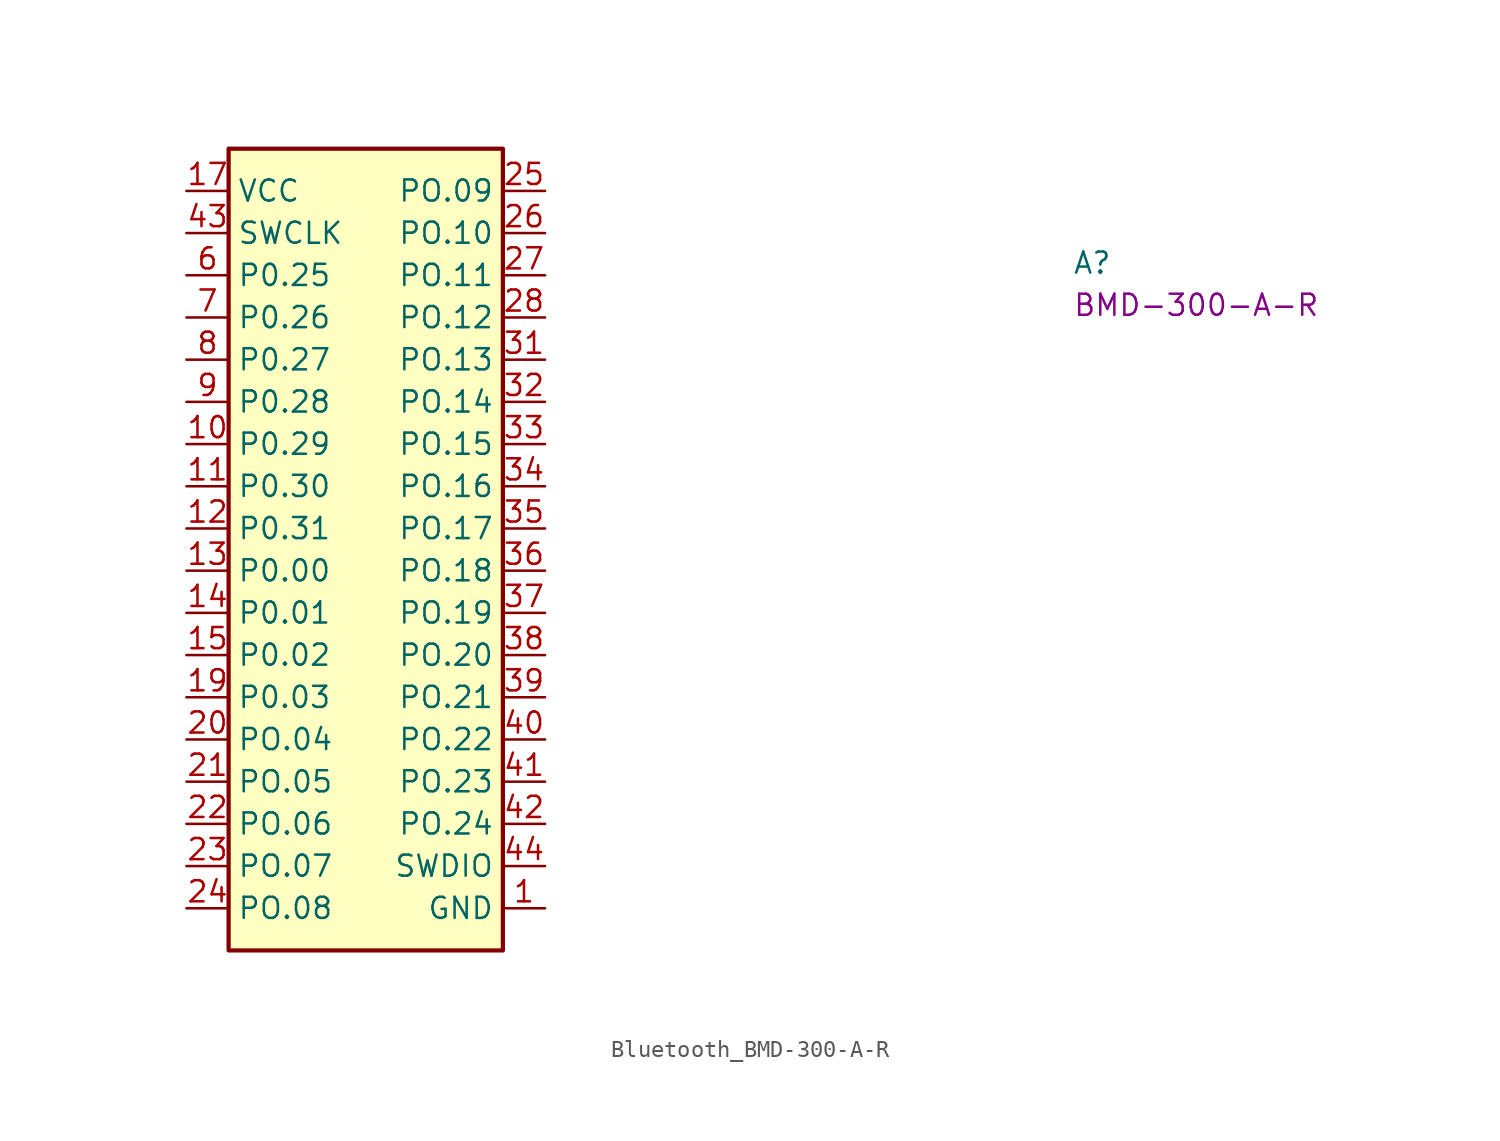
<source format=kicad_sym>
(kicad_symbol_lib
  (version 20220914)
  (generator kicad_symbol_editor)
  (symbol "Bluetooth_BMD-300-A-R"
    (property "Reference" "A"
      (at 53.34 -5.08 0)
      (effects (font (size 1.27 1.27) (thickness 0.15)) (justify left bottom)))
    (property "MPN" "BMD-300-A-R"
      (at 53.34 -7.62 0)
      (effects (font (size 1.27 1.27) (thickness 0.15)) (justify left bottom)))
    (symbol "Bluetooth_BMD-300-A-R_1_1"
      (rectangle (start 2.54 2.54) (end 19.05 -45.72) (stroke (width 0.254) (type default)) (fill (type background)))
      (pin power_in line (at 21.59 -43.18 180) (length 2.54) (name "GND" (effects (font (size 1.27 1.27)))) (number "1" (effects (font (size 1.27 1.27)))))
      (pin bidirectional line (at 0 -15.24 0) (length 2.54) (name "P0.29" (effects (font (size 1.27 1.27)))) (number "10" (effects (font (size 1.27 1.27)))))
      (pin bidirectional line (at 0 -17.78 0) (length 2.54) (name "P0.30" (effects (font (size 1.27 1.27)))) (number "11" (effects (font (size 1.27 1.27)))))
      (pin bidirectional line (at 0 -20.32 0) (length 2.54) (name "P0.31" (effects (font (size 1.27 1.27)))) (number "12" (effects (font (size 1.27 1.27)))))
      (pin bidirectional line (at 0 -22.86 0) (length 2.54) (name "P0.00" (effects (font (size 1.27 1.27)))) (number "13" (effects (font (size 1.27 1.27)))))
      (pin bidirectional line (at 0 -25.4 0) (length 2.54) (name "P0.01" (effects (font (size 1.27 1.27)))) (number "14" (effects (font (size 1.27 1.27)))))
      (pin bidirectional line (at 0 -27.94 0) (length 2.54) (name "P0.02" (effects (font (size 1.27 1.27)))) (number "15" (effects (font (size 1.27 1.27)))))
      (pin passive line (at 21.59 -43.18 180) (length 2.54) hide (name "GND" (effects (font (size 1.27 1.27)))) (number "16" (effects (font (size 1.27 1.27)))))
      (pin power_in line (at 0 0 0) (length 2.54) (name "VCC" (effects (font (size 1.27 1.27)))) (number "17" (effects (font (size 1.27 1.27)))))
      (pin passive line (at 21.59 -43.18 180) (length 2.54) hide (name "GND" (effects (font (size 1.27 1.27)))) (number "18" (effects (font (size 1.27 1.27)))))
      (pin bidirectional line (at 0 -30.48 0) (length 2.54) (name "P0.03" (effects (font (size 1.27 1.27)))) (number "19" (effects (font (size 1.27 1.27)))))
      (pin passive line (at 21.59 -43.18 180) (length 2.54) hide (name "GND" (effects (font (size 1.27 1.27)))) (number "2" (effects (font (size 1.27 1.27)))))
      (pin bidirectional line (at 0 -33.02 0) (length 2.54) (name "PO.04" (effects (font (size 1.27 1.27)))) (number "20" (effects (font (size 1.27 1.27)))))
      (pin bidirectional line (at 0 -35.56 0) (length 2.54) (name "PO.05" (effects (font (size 1.27 1.27)))) (number "21" (effects (font (size 1.27 1.27)))))
      (pin bidirectional line (at 0 -38.1 0) (length 2.54) (name "PO.06" (effects (font (size 1.27 1.27)))) (number "22" (effects (font (size 1.27 1.27)))))
      (pin bidirectional line (at 0 -40.64 0) (length 2.54) (name "PO.07" (effects (font (size 1.27 1.27)))) (number "23" (effects (font (size 1.27 1.27)))))
      (pin bidirectional line (at 0 -43.18 0) (length 2.54) (name "PO.08" (effects (font (size 1.27 1.27)))) (number "24" (effects (font (size 1.27 1.27)))))
      (pin bidirectional line (at 21.59 0 180) (length 2.54) (name "PO.09" (effects (font (size 1.27 1.27)))) (number "25" (effects (font (size 1.27 1.27)))))
      (pin bidirectional line (at 21.59 -2.54 180) (length 2.54) (name "PO.10" (effects (font (size 1.27 1.27)))) (number "26" (effects (font (size 1.27 1.27)))))
      (pin bidirectional line (at 21.59 -5.08 180) (length 2.54) (name "PO.11" (effects (font (size 1.27 1.27)))) (number "27" (effects (font (size 1.27 1.27)))))
      (pin bidirectional line (at 21.59 -7.62 180) (length 2.54) (name "PO.12" (effects (font (size 1.27 1.27)))) (number "28" (effects (font (size 1.27 1.27)))))
      (pin passive line (at 21.59 -43.18 180) (length 2.54) hide (name "GND" (effects (font (size 1.27 1.27)))) (number "29" (effects (font (size 1.27 1.27)))))
      (pin passive line (at 21.59 -43.18 180) (length 2.54) hide (name "GND" (effects (font (size 1.27 1.27)))) (number "3" (effects (font (size 1.27 1.27)))))
      (pin passive line (at 21.59 -43.18 180) (length 2.54) hide (name "GND" (effects (font (size 1.27 1.27)))) (number "30" (effects (font (size 1.27 1.27)))))
      (pin bidirectional line (at 21.59 -10.16 180) (length 2.54) (name "PO.13" (effects (font (size 1.27 1.27)))) (number "31" (effects (font (size 1.27 1.27)))))
      (pin bidirectional line (at 21.59 -12.7 180) (length 2.54) (name "PO.14" (effects (font (size 1.27 1.27)))) (number "32" (effects (font (size 1.27 1.27)))))
      (pin bidirectional line (at 21.59 -15.24 180) (length 2.54) (name "PO.15" (effects (font (size 1.27 1.27)))) (number "33" (effects (font (size 1.27 1.27)))))
      (pin bidirectional line (at 21.59 -17.78 180) (length 2.54) (name "PO.16" (effects (font (size 1.27 1.27)))) (number "34" (effects (font (size 1.27 1.27)))))
      (pin bidirectional line (at 21.59 -20.32 180) (length 2.54) (name "PO.17" (effects (font (size 1.27 1.27)))) (number "35" (effects (font (size 1.27 1.27)))))
      (pin bidirectional line (at 21.59 -22.86 180) (length 2.54) (name "PO.18" (effects (font (size 1.27 1.27)))) (number "36" (effects (font (size 1.27 1.27)))))
      (pin bidirectional line (at 21.59 -25.4 180) (length 2.54) (name "PO.19" (effects (font (size 1.27 1.27)))) (number "37" (effects (font (size 1.27 1.27)))))
      (pin bidirectional line (at 21.59 -27.94 180) (length 2.54) (name "PO.20" (effects (font (size 1.27 1.27)))) (number "38" (effects (font (size 1.27 1.27)))))
      (pin bidirectional line (at 21.59 -30.48 180) (length 2.54) (name "PO.21" (effects (font (size 1.27 1.27)))) (number "39" (effects (font (size 1.27 1.27)))))
      (pin passive line (at 21.59 -43.18 180) (length 2.54) hide (name "GND" (effects (font (size 1.27 1.27)))) (number "4" (effects (font (size 1.27 1.27)))))
      (pin bidirectional line (at 21.59 -33.02 180) (length 2.54) (name "PO.22" (effects (font (size 1.27 1.27)))) (number "40" (effects (font (size 1.27 1.27)))))
      (pin bidirectional line (at 21.59 -35.56 180) (length 2.54) (name "PO.23" (effects (font (size 1.27 1.27)))) (number "41" (effects (font (size 1.27 1.27)))))
      (pin bidirectional line (at 21.59 -38.1 180) (length 2.54) (name "PO.24" (effects (font (size 1.27 1.27)))) (number "42" (effects (font (size 1.27 1.27)))))
      (pin input line (at 0 -2.54 0) (length 2.54) (name "SWCLK" (effects (font (size 1.27 1.27)))) (number "43" (effects (font (size 1.27 1.27)))))
      (pin bidirectional line (at 21.59 -40.64 180) (length 2.54) (name "SWDIO" (effects (font (size 1.27 1.27)))) (number "44" (effects (font (size 1.27 1.27)))))
      (pin passive line (at 21.59 -43.18 180) (length 2.54) hide (name "GND" (effects (font (size 1.27 1.27)))) (number "45" (effects (font (size 1.27 1.27)))))
      (pin passive line (at 21.59 -43.18 180) (length 2.54) hide (name "GND" (effects (font (size 1.27 1.27)))) (number "46" (effects (font (size 1.27 1.27)))))
      (pin passive line (at 21.59 -43.18 180) (length 2.54) hide (name "GND" (effects (font (size 1.27 1.27)))) (number "47" (effects (font (size 1.27 1.27)))))
      (pin passive line (at 21.59 -43.18 180) (length 2.54) hide (name "GND" (effects (font (size 1.27 1.27)))) (number "5" (effects (font (size 1.27 1.27)))))
      (pin bidirectional line (at 0 -5.08 0) (length 2.54) (name "P0.25" (effects (font (size 1.27 1.27)))) (number "6" (effects (font (size 1.27 1.27)))))
      (pin bidirectional line (at 0 -7.62 0) (length 2.54) (name "P0.26" (effects (font (size 1.27 1.27)))) (number "7" (effects (font (size 1.27 1.27)))))
      (pin bidirectional line (at 0 -10.16 0) (length 2.54) (name "P0.27" (effects (font (size 1.27 1.27)))) (number "8" (effects (font (size 1.27 1.27)))))
      (pin bidirectional line (at 0 -12.7 0) (length 2.54) (name "P0.28" (effects (font (size 1.27 1.27)))) (number "9" (effects (font (size 1.27 1.27))))))))
</source>
